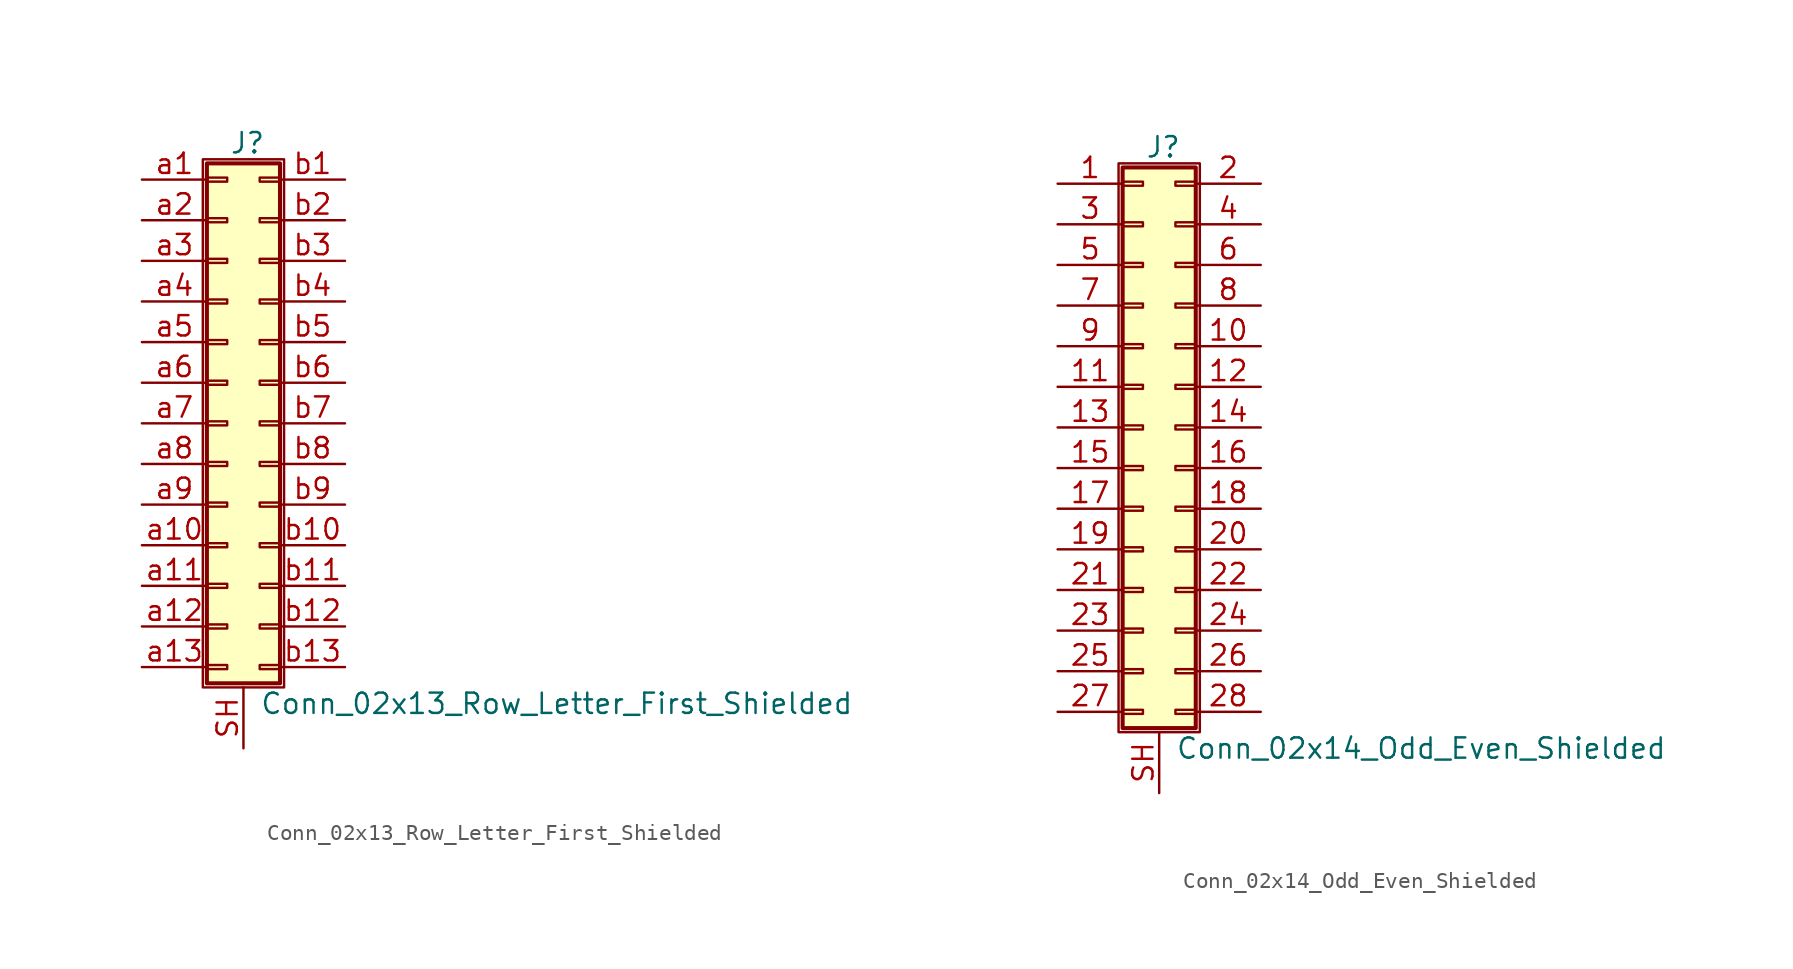
<source format=kicad_sym>
(kicad_symbol_lib
  (version 20220914)
  (generator kicad_symbol_editor)
  (symbol "Conn_02x13_Row_Letter_First_Shielded"
    (pin_names
      (offset 1.016) hide)
    (property "Reference" "J"
      (at 1.524 17.526 0)
      (effects (font (size 1.27 1.27))))
    (property "Value" "Conn_02x13_Row_Letter_First_Shielded"
      (at 2.286 -17.526 0)
      (effects (font (size 1.27 1.27)) (justify left)))
    (symbol "Conn_02x13_Row_Letter_First_Shielded_1_1"
      (rectangle (start -1.27 16.51) (end 3.81 -16.51) (stroke (width 0.152) (type default)) (fill (type none)))
      (rectangle (start -1.016 -15.113) (end 0.254 -15.367) (stroke (width 0.152) (type default)) (fill (type none)))
      (rectangle (start -1.016 -12.573) (end 0.254 -12.827) (stroke (width 0.152) (type default)) (fill (type none)))
      (rectangle (start -1.016 -10.033) (end 0.254 -10.287) (stroke (width 0.152) (type default)) (fill (type none)))
      (rectangle (start -1.016 -7.493) (end 0.254 -7.747) (stroke (width 0.152) (type default)) (fill (type none)))
      (rectangle (start -1.016 -4.953) (end 0.254 -5.207) (stroke (width 0.152) (type default)) (fill (type none)))
      (rectangle (start -1.016 -2.413) (end 0.254 -2.667) (stroke (width 0.152) (type default)) (fill (type none)))
      (rectangle (start -1.016 0.127) (end 0.254 -0.127) (stroke (width 0.152) (type default)) (fill (type none)))
      (rectangle (start -1.016 2.667) (end 0.254 2.413) (stroke (width 0.152) (type default)) (fill (type none)))
      (rectangle (start -1.016 5.207) (end 0.254 4.953) (stroke (width 0.152) (type default)) (fill (type none)))
      (rectangle (start -1.016 7.747) (end 0.254 7.493) (stroke (width 0.152) (type default)) (fill (type none)))
      (rectangle (start -1.016 10.287) (end 0.254 10.033) (stroke (width 0.152) (type default)) (fill (type none)))
      (rectangle (start -1.016 12.827) (end 0.254 12.573) (stroke (width 0.152) (type default)) (fill (type none)))
      (rectangle (start -1.016 15.367) (end 0.254 15.113) (stroke (width 0.152) (type default)) (fill (type none)))
      (rectangle (start -1.016 16.256) (end 3.556 -16.256) (stroke (width 0.254) (type default)) (fill (type background)))
      (rectangle (start 3.556 -15.113) (end 2.286 -15.367) (stroke (width 0.152) (type default)) (fill (type none)))
      (rectangle (start 3.556 -12.573) (end 2.286 -12.827) (stroke (width 0.152) (type default)) (fill (type none)))
      (rectangle (start 3.556 -10.033) (end 2.286 -10.287) (stroke (width 0.152) (type default)) (fill (type none)))
      (rectangle (start 3.556 -7.493) (end 2.286 -7.747) (stroke (width 0.152) (type default)) (fill (type none)))
      (rectangle (start 3.556 -4.953) (end 2.286 -5.207) (stroke (width 0.152) (type default)) (fill (type none)))
      (rectangle (start 3.556 -2.413) (end 2.286 -2.667) (stroke (width 0.152) (type default)) (fill (type none)))
      (rectangle (start 3.556 0.127) (end 2.286 -0.127) (stroke (width 0.152) (type default)) (fill (type none)))
      (rectangle (start 3.556 2.667) (end 2.286 2.413) (stroke (width 0.152) (type default)) (fill (type none)))
      (rectangle (start 3.556 5.207) (end 2.286 4.953) (stroke (width 0.152) (type default)) (fill (type none)))
      (rectangle (start 3.556 7.747) (end 2.286 7.493) (stroke (width 0.152) (type default)) (fill (type none)))
      (rectangle (start 3.556 10.287) (end 2.286 10.033) (stroke (width 0.152) (type default)) (fill (type none)))
      (rectangle (start 3.556 12.827) (end 2.286 12.573) (stroke (width 0.152) (type default)) (fill (type none)))
      (rectangle (start 3.556 15.367) (end 2.286 15.113) (stroke (width 0.152) (type default)) (fill (type none)))
      (pin passive line (at 1.27 -20.32 90) (length 3.81) (name "Shield" (effects (font (size 1.27 1.27)))) (number "SH" (effects (font (size 1.27 1.27)))))
      (pin passive line (at -5.08 15.24 0) (length 4.064) (name "Pin_a1" (effects (font (size 1.27 1.27)))) (number "a1" (effects (font (size 1.27 1.27)))))
      (pin passive line (at -5.08 -7.62 0) (length 4.064) (name "Pin_a10" (effects (font (size 1.27 1.27)))) (number "a10" (effects (font (size 1.27 1.27)))))
      (pin passive line (at -5.08 -10.16 0) (length 4.064) (name "Pin_a11" (effects (font (size 1.27 1.27)))) (number "a11" (effects (font (size 1.27 1.27)))))
      (pin passive line (at -5.08 -12.7 0) (length 4.064) (name "Pin_a12" (effects (font (size 1.27 1.27)))) (number "a12" (effects (font (size 1.27 1.27)))))
      (pin passive line (at -5.08 -15.24 0) (length 4.064) (name "Pin_a13" (effects (font (size 1.27 1.27)))) (number "a13" (effects (font (size 1.27 1.27)))))
      (pin passive line (at -5.08 12.7 0) (length 4.064) (name "Pin_a2" (effects (font (size 1.27 1.27)))) (number "a2" (effects (font (size 1.27 1.27)))))
      (pin passive line (at -5.08 10.16 0) (length 4.064) (name "Pin_a3" (effects (font (size 1.27 1.27)))) (number "a3" (effects (font (size 1.27 1.27)))))
      (pin passive line (at -5.08 7.62 0) (length 4.064) (name "Pin_a4" (effects (font (size 1.27 1.27)))) (number "a4" (effects (font (size 1.27 1.27)))))
      (pin passive line (at -5.08 5.08 0) (length 4.064) (name "Pin_a5" (effects (font (size 1.27 1.27)))) (number "a5" (effects (font (size 1.27 1.27)))))
      (pin passive line (at -5.08 2.54 0) (length 4.064) (name "Pin_a6" (effects (font (size 1.27 1.27)))) (number "a6" (effects (font (size 1.27 1.27)))))
      (pin passive line (at -5.08 0 0) (length 4.064) (name "Pin_a7" (effects (font (size 1.27 1.27)))) (number "a7" (effects (font (size 1.27 1.27)))))
      (pin passive line (at -5.08 -2.54 0) (length 4.064) (name "Pin_a8" (effects (font (size 1.27 1.27)))) (number "a8" (effects (font (size 1.27 1.27)))))
      (pin passive line (at -5.08 -5.08 0) (length 4.064) (name "Pin_a9" (effects (font (size 1.27 1.27)))) (number "a9" (effects (font (size 1.27 1.27)))))
      (pin passive line (at 7.62 15.24 180) (length 4.064) (name "Pin_b1" (effects (font (size 1.27 1.27)))) (number "b1" (effects (font (size 1.27 1.27)))))
      (pin passive line (at 7.62 -7.62 180) (length 4.064) (name "Pin_b10" (effects (font (size 1.27 1.27)))) (number "b10" (effects (font (size 1.27 1.27)))))
      (pin passive line (at 7.62 -10.16 180) (length 4.064) (name "Pin_b11" (effects (font (size 1.27 1.27)))) (number "b11" (effects (font (size 1.27 1.27)))))
      (pin passive line (at 7.62 -12.7 180) (length 4.064) (name "Pin_b12" (effects (font (size 1.27 1.27)))) (number "b12" (effects (font (size 1.27 1.27)))))
      (pin passive line (at 7.62 -15.24 180) (length 4.064) (name "Pin_b13" (effects (font (size 1.27 1.27)))) (number "b13" (effects (font (size 1.27 1.27)))))
      (pin passive line (at 7.62 12.7 180) (length 4.064) (name "Pin_b2" (effects (font (size 1.27 1.27)))) (number "b2" (effects (font (size 1.27 1.27)))))
      (pin passive line (at 7.62 10.16 180) (length 4.064) (name "Pin_b3" (effects (font (size 1.27 1.27)))) (number "b3" (effects (font (size 1.27 1.27)))))
      (pin passive line (at 7.62 7.62 180) (length 4.064) (name "Pin_b4" (effects (font (size 1.27 1.27)))) (number "b4" (effects (font (size 1.27 1.27)))))
      (pin passive line (at 7.62 5.08 180) (length 4.064) (name "Pin_b5" (effects (font (size 1.27 1.27)))) (number "b5" (effects (font (size 1.27 1.27)))))
      (pin passive line (at 7.62 2.54 180) (length 4.064) (name "Pin_b6" (effects (font (size 1.27 1.27)))) (number "b6" (effects (font (size 1.27 1.27)))))
      (pin passive line (at 7.62 0 180) (length 4.064) (name "Pin_b7" (effects (font (size 1.27 1.27)))) (number "b7" (effects (font (size 1.27 1.27)))))
      (pin passive line (at 7.62 -2.54 180) (length 4.064) (name "Pin_b8" (effects (font (size 1.27 1.27)))) (number "b8" (effects (font (size 1.27 1.27)))))
      (pin passive line (at 7.62 -5.08 180) (length 4.064) (name "Pin_b9" (effects (font (size 1.27 1.27)))) (number "b9" (effects (font (size 1.27 1.27)))))))
  (symbol "Conn_02x14_Odd_Even_Shielded"
    (pin_names
      (offset 1.016) hide)
    (property "Reference" "J"
      (at 1.524 17.526 0)
      (effects (font (size 1.27 1.27))))
    (property "Value" "Conn_02x14_Odd_Even_Shielded"
      (at 2.286 -20.066 0)
      (effects (font (size 1.27 1.27)) (justify left)))
    (symbol "Conn_02x14_Odd_Even_Shielded_1_1"
      (rectangle (start -1.27 16.51) (end 3.81 -19.05) (stroke (width 0.152) (type default)) (fill (type none)))
      (rectangle (start -1.016 -17.653) (end 0.254 -17.907) (stroke (width 0.152) (type default)) (fill (type none)))
      (rectangle (start -1.016 -15.113) (end 0.254 -15.367) (stroke (width 0.152) (type default)) (fill (type none)))
      (rectangle (start -1.016 -12.573) (end 0.254 -12.827) (stroke (width 0.152) (type default)) (fill (type none)))
      (rectangle (start -1.016 -10.033) (end 0.254 -10.287) (stroke (width 0.152) (type default)) (fill (type none)))
      (rectangle (start -1.016 -7.493) (end 0.254 -7.747) (stroke (width 0.152) (type default)) (fill (type none)))
      (rectangle (start -1.016 -4.953) (end 0.254 -5.207) (stroke (width 0.152) (type default)) (fill (type none)))
      (rectangle (start -1.016 -2.413) (end 0.254 -2.667) (stroke (width 0.152) (type default)) (fill (type none)))
      (rectangle (start -1.016 0.127) (end 0.254 -0.127) (stroke (width 0.152) (type default)) (fill (type none)))
      (rectangle (start -1.016 2.667) (end 0.254 2.413) (stroke (width 0.152) (type default)) (fill (type none)))
      (rectangle (start -1.016 5.207) (end 0.254 4.953) (stroke (width 0.152) (type default)) (fill (type none)))
      (rectangle (start -1.016 7.747) (end 0.254 7.493) (stroke (width 0.152) (type default)) (fill (type none)))
      (rectangle (start -1.016 10.287) (end 0.254 10.033) (stroke (width 0.152) (type default)) (fill (type none)))
      (rectangle (start -1.016 12.827) (end 0.254 12.573) (stroke (width 0.152) (type default)) (fill (type none)))
      (rectangle (start -1.016 15.367) (end 0.254 15.113) (stroke (width 0.152) (type default)) (fill (type none)))
      (rectangle (start -1.016 16.256) (end 3.556 -18.796) (stroke (width 0.254) (type default)) (fill (type background)))
      (rectangle (start 3.556 -17.653) (end 2.286 -17.907) (stroke (width 0.152) (type default)) (fill (type none)))
      (rectangle (start 3.556 -15.113) (end 2.286 -15.367) (stroke (width 0.152) (type default)) (fill (type none)))
      (rectangle (start 3.556 -12.573) (end 2.286 -12.827) (stroke (width 0.152) (type default)) (fill (type none)))
      (rectangle (start 3.556 -10.033) (end 2.286 -10.287) (stroke (width 0.152) (type default)) (fill (type none)))
      (rectangle (start 3.556 -7.493) (end 2.286 -7.747) (stroke (width 0.152) (type default)) (fill (type none)))
      (rectangle (start 3.556 -4.953) (end 2.286 -5.207) (stroke (width 0.152) (type default)) (fill (type none)))
      (rectangle (start 3.556 -2.413) (end 2.286 -2.667) (stroke (width 0.152) (type default)) (fill (type none)))
      (rectangle (start 3.556 0.127) (end 2.286 -0.127) (stroke (width 0.152) (type default)) (fill (type none)))
      (rectangle (start 3.556 2.667) (end 2.286 2.413) (stroke (width 0.152) (type default)) (fill (type none)))
      (rectangle (start 3.556 5.207) (end 2.286 4.953) (stroke (width 0.152) (type default)) (fill (type none)))
      (rectangle (start 3.556 7.747) (end 2.286 7.493) (stroke (width 0.152) (type default)) (fill (type none)))
      (rectangle (start 3.556 10.287) (end 2.286 10.033) (stroke (width 0.152) (type default)) (fill (type none)))
      (rectangle (start 3.556 12.827) (end 2.286 12.573) (stroke (width 0.152) (type default)) (fill (type none)))
      (rectangle (start 3.556 15.367) (end 2.286 15.113) (stroke (width 0.152) (type default)) (fill (type none)))
      (pin passive line (at -5.08 15.24 0) (length 4.064) (name "Pin_1" (effects (font (size 1.27 1.27)))) (number "1" (effects (font (size 1.27 1.27)))))
      (pin passive line (at 7.62 5.08 180) (length 4.064) (name "Pin_10" (effects (font (size 1.27 1.27)))) (number "10" (effects (font (size 1.27 1.27)))))
      (pin passive line (at -5.08 2.54 0) (length 4.064) (name "Pin_11" (effects (font (size 1.27 1.27)))) (number "11" (effects (font (size 1.27 1.27)))))
      (pin passive line (at 7.62 2.54 180) (length 4.064) (name "Pin_12" (effects (font (size 1.27 1.27)))) (number "12" (effects (font (size 1.27 1.27)))))
      (pin passive line (at -5.08 0 0) (length 4.064) (name "Pin_13" (effects (font (size 1.27 1.27)))) (number "13" (effects (font (size 1.27 1.27)))))
      (pin passive line (at 7.62 0 180) (length 4.064) (name "Pin_14" (effects (font (size 1.27 1.27)))) (number "14" (effects (font (size 1.27 1.27)))))
      (pin passive line (at -5.08 -2.54 0) (length 4.064) (name "Pin_15" (effects (font (size 1.27 1.27)))) (number "15" (effects (font (size 1.27 1.27)))))
      (pin passive line (at 7.62 -2.54 180) (length 4.064) (name "Pin_16" (effects (font (size 1.27 1.27)))) (number "16" (effects (font (size 1.27 1.27)))))
      (pin passive line (at -5.08 -5.08 0) (length 4.064) (name "Pin_17" (effects (font (size 1.27 1.27)))) (number "17" (effects (font (size 1.27 1.27)))))
      (pin passive line (at 7.62 -5.08 180) (length 4.064) (name "Pin_18" (effects (font (size 1.27 1.27)))) (number "18" (effects (font (size 1.27 1.27)))))
      (pin passive line (at -5.08 -7.62 0) (length 4.064) (name "Pin_19" (effects (font (size 1.27 1.27)))) (number "19" (effects (font (size 1.27 1.27)))))
      (pin passive line (at 7.62 15.24 180) (length 4.064) (name "Pin_2" (effects (font (size 1.27 1.27)))) (number "2" (effects (font (size 1.27 1.27)))))
      (pin passive line (at 7.62 -7.62 180) (length 4.064) (name "Pin_20" (effects (font (size 1.27 1.27)))) (number "20" (effects (font (size 1.27 1.27)))))
      (pin passive line (at -5.08 -10.16 0) (length 4.064) (name "Pin_21" (effects (font (size 1.27 1.27)))) (number "21" (effects (font (size 1.27 1.27)))))
      (pin passive line (at 7.62 -10.16 180) (length 4.064) (name "Pin_22" (effects (font (size 1.27 1.27)))) (number "22" (effects (font (size 1.27 1.27)))))
      (pin passive line (at -5.08 -12.7 0) (length 4.064) (name "Pin_23" (effects (font (size 1.27 1.27)))) (number "23" (effects (font (size 1.27 1.27)))))
      (pin passive line (at 7.62 -12.7 180) (length 4.064) (name "Pin_24" (effects (font (size 1.27 1.27)))) (number "24" (effects (font (size 1.27 1.27)))))
      (pin passive line (at -5.08 -15.24 0) (length 4.064) (name "Pin_25" (effects (font (size 1.27 1.27)))) (number "25" (effects (font (size 1.27 1.27)))))
      (pin passive line (at 7.62 -15.24 180) (length 4.064) (name "Pin_26" (effects (font (size 1.27 1.27)))) (number "26" (effects (font (size 1.27 1.27)))))
      (pin passive line (at -5.08 -17.78 0) (length 4.064) (name "Pin_27" (effects (font (size 1.27 1.27)))) (number "27" (effects (font (size 1.27 1.27)))))
      (pin passive line (at 7.62 -17.78 180) (length 4.064) (name "Pin_28" (effects (font (size 1.27 1.27)))) (number "28" (effects (font (size 1.27 1.27)))))
      (pin passive line (at -5.08 12.7 0) (length 4.064) (name "Pin_3" (effects (font (size 1.27 1.27)))) (number "3" (effects (font (size 1.27 1.27)))))
      (pin passive line (at 7.62 12.7 180) (length 4.064) (name "Pin_4" (effects (font (size 1.27 1.27)))) (number "4" (effects (font (size 1.27 1.27)))))
      (pin passive line (at -5.08 10.16 0) (length 4.064) (name "Pin_5" (effects (font (size 1.27 1.27)))) (number "5" (effects (font (size 1.27 1.27)))))
      (pin passive line (at 7.62 10.16 180) (length 4.064) (name "Pin_6" (effects (font (size 1.27 1.27)))) (number "6" (effects (font (size 1.27 1.27)))))
      (pin passive line (at -5.08 7.62 0) (length 4.064) (name "Pin_7" (effects (font (size 1.27 1.27)))) (number "7" (effects (font (size 1.27 1.27)))))
      (pin passive line (at 7.62 7.62 180) (length 4.064) (name "Pin_8" (effects (font (size 1.27 1.27)))) (number "8" (effects (font (size 1.27 1.27)))))
      (pin passive line (at -5.08 5.08 0) (length 4.064) (name "Pin_9" (effects (font (size 1.27 1.27)))) (number "9" (effects (font (size 1.27 1.27)))))
      (pin passive line (at 1.27 -22.86 90) (length 3.81) (name "Shield" (effects (font (size 1.27 1.27)))) (number "SH" (effects (font (size 1.27 1.27))))))))
</source>
